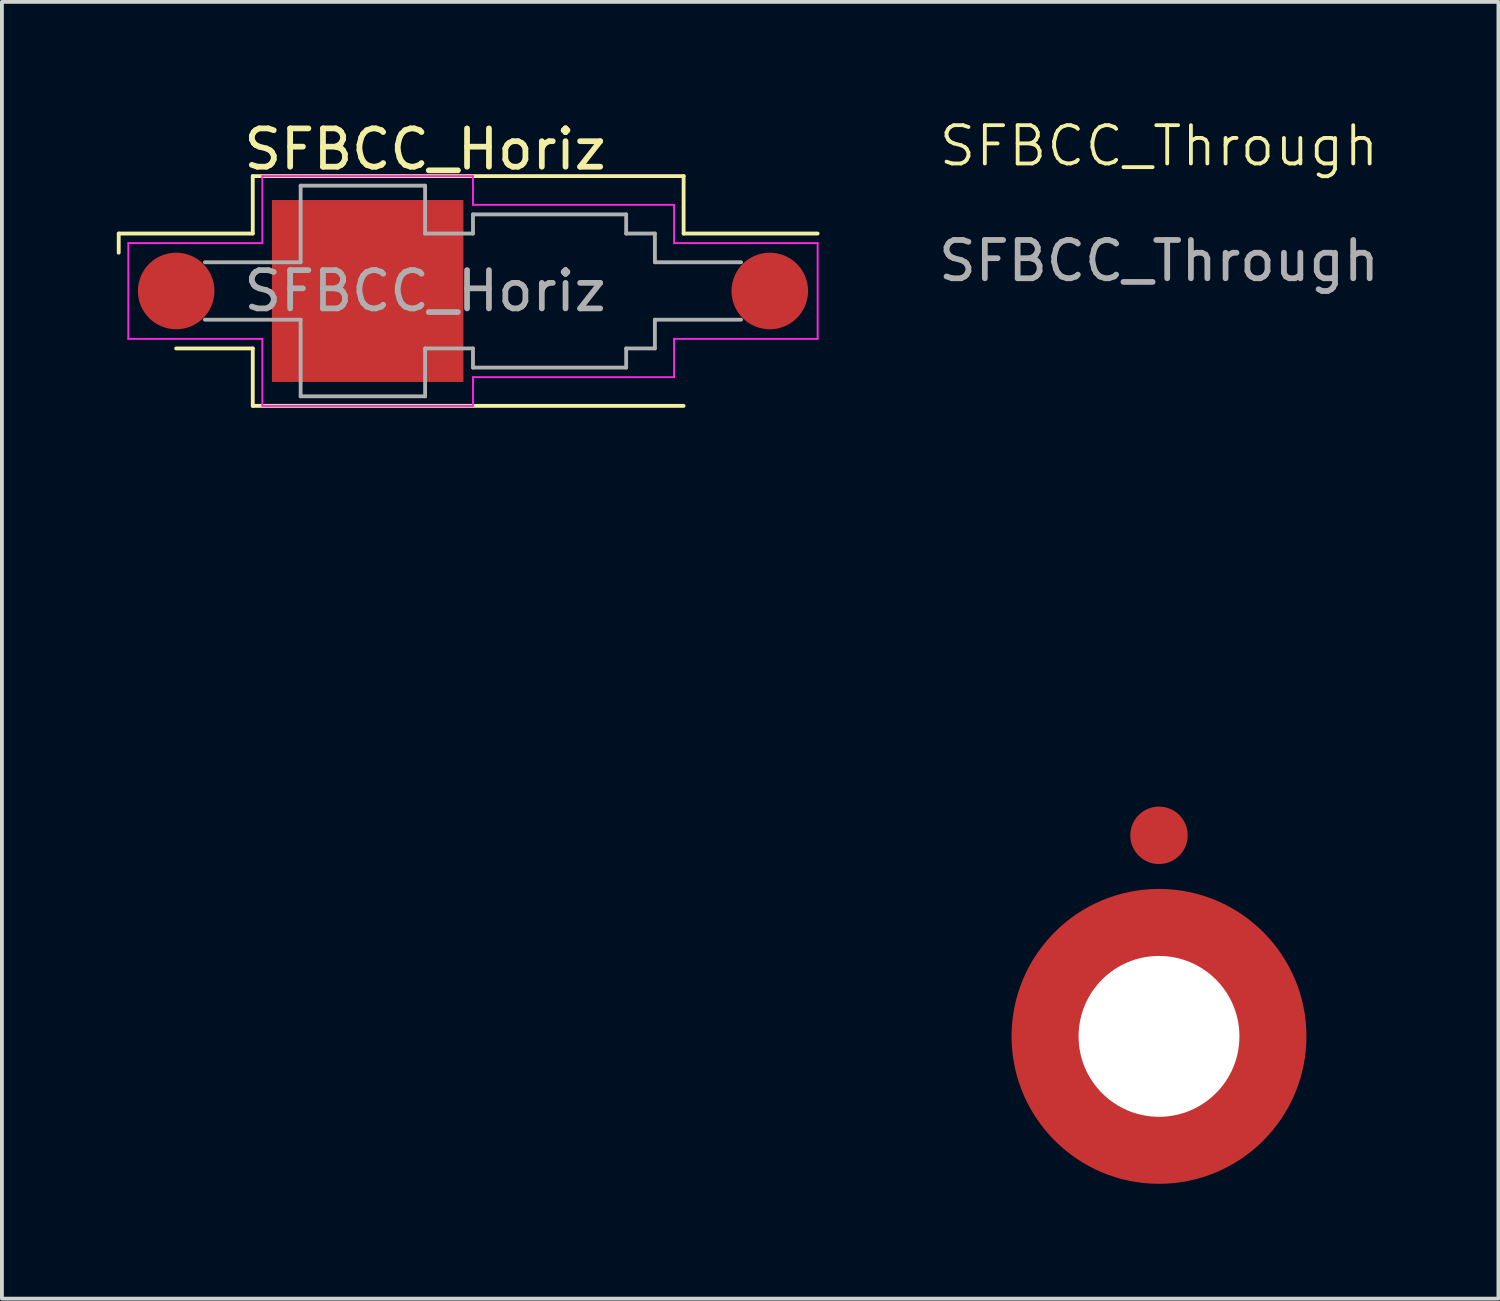
<source format=kicad_pcb>
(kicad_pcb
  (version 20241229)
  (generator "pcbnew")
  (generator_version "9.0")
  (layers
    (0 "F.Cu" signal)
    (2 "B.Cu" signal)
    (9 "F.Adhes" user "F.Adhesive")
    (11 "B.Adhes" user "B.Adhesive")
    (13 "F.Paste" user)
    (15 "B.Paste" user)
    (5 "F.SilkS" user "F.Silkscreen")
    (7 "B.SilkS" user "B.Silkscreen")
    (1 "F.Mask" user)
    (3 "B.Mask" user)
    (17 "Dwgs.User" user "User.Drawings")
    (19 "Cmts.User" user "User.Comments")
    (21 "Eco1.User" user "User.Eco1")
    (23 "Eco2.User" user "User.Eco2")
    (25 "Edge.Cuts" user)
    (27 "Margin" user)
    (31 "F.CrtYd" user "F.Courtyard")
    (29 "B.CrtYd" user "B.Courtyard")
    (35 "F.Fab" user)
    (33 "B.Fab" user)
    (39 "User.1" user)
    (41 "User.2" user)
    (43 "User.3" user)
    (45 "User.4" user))
  (footprint "SFBCC_Horiz"
    (layer "F.Cu")
    (at 8.05 4.548)
    (property "Reference" "SFBCC_Horiz" (at 0 -3.7 0) (layer "F.SilkS") (effects (font (size 1 1) (thickness 0.15))))
    (attr smd)
    (fp_line (start -8 -1.5) (end -4.5 -1.5) (stroke (width 0.1) (type default)) (layer "F.SilkS"))
    (fp_line (start -8 -1) (end -8 -1.5) (stroke (width 0.1) (type default)) (layer "F.SilkS"))
    (fp_line (start -6.5 1.5) (end -4.5 1.5) (stroke (width 0.1) (type default)) (layer "F.SilkS"))
    (fp_line (start -4.5 -3) (end 6.75 -3) (stroke (width 0.1) (type default)) (layer "F.SilkS"))
    (fp_line (start -4.5 -1.5) (end -4.5 -3) (stroke (width 0.1) (type default)) (layer "F.SilkS"))
    (fp_line (start -4.5 1.5) (end -4.5 3) (stroke (width 0.1) (type default)) (layer "F.SilkS"))
    (fp_line (start -4.5 3) (end 6.75 3) (stroke (width 0.1) (type default)) (layer "F.SilkS"))
    (fp_line (start 6.75 -3) (end 6.75 -1.5) (stroke (width 0.1) (type default)) (layer "F.SilkS"))
    (fp_line (start 6.75 -1.5) (end 10.25 -1.5) (stroke (width 0.1) (type default)) (layer "F.SilkS"))
    (fp_line (start -7.75 -1.25) (end -7.75 1.25) (stroke (width 0.05) (type default)) (layer "F.CrtYd"))
    (fp_line (start -7.75 1.25) (end -4.25 1.25) (stroke (width 0.05) (type default)) (layer "F.CrtYd"))
    (fp_line (start -4.25 -3) (end -4.25 -1.25) (stroke (width 0.05) (type default)) (layer "F.CrtYd"))
    (fp_line (start -4.25 -1.25) (end -7.75 -1.25) (stroke (width 0.05) (type default)) (layer "F.CrtYd"))
    (fp_line (start -4.25 1.25) (end -4.25 3) (stroke (width 0.05) (type default)) (layer "F.CrtYd"))
    (fp_line (start -4.25 3) (end 1.25 3) (stroke (width 0.05) (type default)) (layer "F.CrtYd"))
    (fp_line (start 1.25 -3) (end -4.25 -3) (stroke (width 0.05) (type default)) (layer "F.CrtYd"))
    (fp_line (start 1.25 -2.25) (end 1.25 -3) (stroke (width 0.05) (type default)) (layer "F.CrtYd"))
    (fp_line (start 1.25 2.25) (end 6.5 2.25) (stroke (width 0.05) (type default)) (layer "F.CrtYd"))
    (fp_line (start 1.25 3) (end 1.25 2.25) (stroke (width 0.05) (type default)) (layer "F.CrtYd"))
    (fp_line (start 6.5 -2.25) (end 1.25 -2.25) (stroke (width 0.05) (type default)) (layer "F.CrtYd"))
    (fp_line (start 6.5 -1.25) (end 6.5 -2.25) (stroke (width 0.05) (type default)) (layer "F.CrtYd"))
    (fp_line (start 6.5 1.25) (end 10.25 1.25) (stroke (width 0.05) (type default)) (layer "F.CrtYd"))
    (fp_line (start 6.5 2.25) (end 6.5 1.25) (stroke (width 0.05) (type default)) (layer "F.CrtYd"))
    (fp_line (start 10.25 -1.25) (end 6.5 -1.25) (stroke (width 0.05) (type default)) (layer "F.CrtYd"))
    (fp_line (start 10.25 1.25) (end 10.25 -1.25) (stroke (width 0.05) (type default)) (layer "F.CrtYd"))
    (fp_line (start -5.75 0.75) (end -3.25 0.75) (stroke (width 0.1) (type default)) (layer "F.Fab"))
    (fp_line (start -3.25 -2.75) (end -3.25 -0.75) (stroke (width 0.1) (type default)) (layer "F.Fab"))
    (fp_line (start -3.25 -0.75) (end -5.75 -0.75) (stroke (width 0.1) (type default)) (layer "F.Fab"))
    (fp_line (start -3.25 0.75) (end -3.25 2.75) (stroke (width 0.1) (type default)) (layer "F.Fab"))
    (fp_line (start -3.25 2.75) (end 0 2.75) (stroke (width 0.1) (type default)) (layer "F.Fab"))
    (fp_line (start 0 -2.75) (end -3.25 -2.75) (stroke (width 0.1) (type default)) (layer "F.Fab"))
    (fp_line (start 0 -1.5) (end 0 -2.75) (stroke (width 0.1) (type default)) (layer "F.Fab"))
    (fp_line (start 0 1.5) (end 1.25 1.5) (stroke (width 0.1) (type default)) (layer "F.Fab"))
    (fp_line (start 0 2.75) (end 0 1.5) (stroke (width 0.1) (type default)) (layer "F.Fab"))
    (fp_line (start 1.25 -2) (end 1.25 -1.5) (stroke (width 0.1) (type default)) (layer "F.Fab"))
    (fp_line (start 1.25 -1.5) (end 0 -1.5) (stroke (width 0.1) (type default)) (layer "F.Fab"))
    (fp_line (start 1.25 1.5) (end 1.25 2) (stroke (width 0.1) (type default)) (layer "F.Fab"))
    (fp_line (start 1.25 2) (end 5.25 2) (stroke (width 0.1) (type default)) (layer "F.Fab"))
    (fp_line (start 5.25 -2) (end 1.25 -2) (stroke (width 0.1) (type default)) (layer "F.Fab"))
    (fp_line (start 5.25 -1.5) (end 5.25 -2) (stroke (width 0.1) (type default)) (layer "F.Fab"))
    (fp_line (start 5.25 1.5) (end 6 1.5) (stroke (width 0.1) (type default)) (layer "F.Fab"))
    (fp_line (start 5.25 2) (end 5.25 1.5) (stroke (width 0.1) (type default)) (layer "F.Fab"))
    (fp_line (start 6 -1.5) (end 5.25 -1.5) (stroke (width 0.1) (type default)) (layer "F.Fab"))
    (fp_line (start 6 -1.5) (end 6 -0.75) (stroke (width 0.1) (type default)) (layer "F.Fab"))
    (fp_line (start 6 -0.75) (end 8.25 -0.75) (stroke (width 0.1) (type default)) (layer "F.Fab"))
    (fp_line (start 6 0.75) (end 6 1.5) (stroke (width 0.1) (type default)) (layer "F.Fab"))
    (fp_line (start 8.25 0.75) (end 6 0.75) (stroke (width 0.1) (type default)) (layer "F.Fab"))
    (fp_text user "${REFERENCE}" (at 0 0 0) (layer "F.Fab") (effects (font (size 1 1) (thickness 0.15))))
    (pad "1" smd circle (at -6.5 0) (size 2 2) (layers "F.Cu" "F.Mask" "F.Paste"))
    (pad "2" smd rect (at -1.5 0) (size 5 4.75) (layers "F.Cu" "F.Mask" "F.Paste"))
    (pad "3" smd circle (at 9 0) (size 2 2) (layers "F.Cu" "F.Mask" "F.Paste")))
  (footprint "SFBCC_Through"
    (layer "F.Cu")
    (at 27.213 24.011)
    (property "Reference" "SFBCC_Through" (at 0 -23.25 0) (unlocked yes) (layer "F.SilkS") (effects (font (size 1 1) (thickness 0.1))))
    (attr through_hole)
    (fp_text user "${REFERENCE}" (at 0 -20.25 0) (unlocked yes) (layer "F.Fab") (effects (font (size 1 1) (thickness 0.15))))
    (pad "" np_thru_hole circle (at 0 0) (size 4.2 4.2) (drill 4.2) (layers "*.Cu" "*.Mask"))
    (pad "1" smd circle (at 0 -5.25) (size 1.5 1.5) (layers "F.Cu" "F.Mask" "F.Paste"))
    (pad "2" smd circle (at 0 0) (size 7.7 7.7) (layers "F.Cu" "F.Mask" "F.Paste")))
  (gr_rect
    (start -3 -3)
    (end 36.076 30.86)
    (stroke (width 0.1) (type default))
    (fill no)
    (layer "Edge.Cuts")))
</source>
